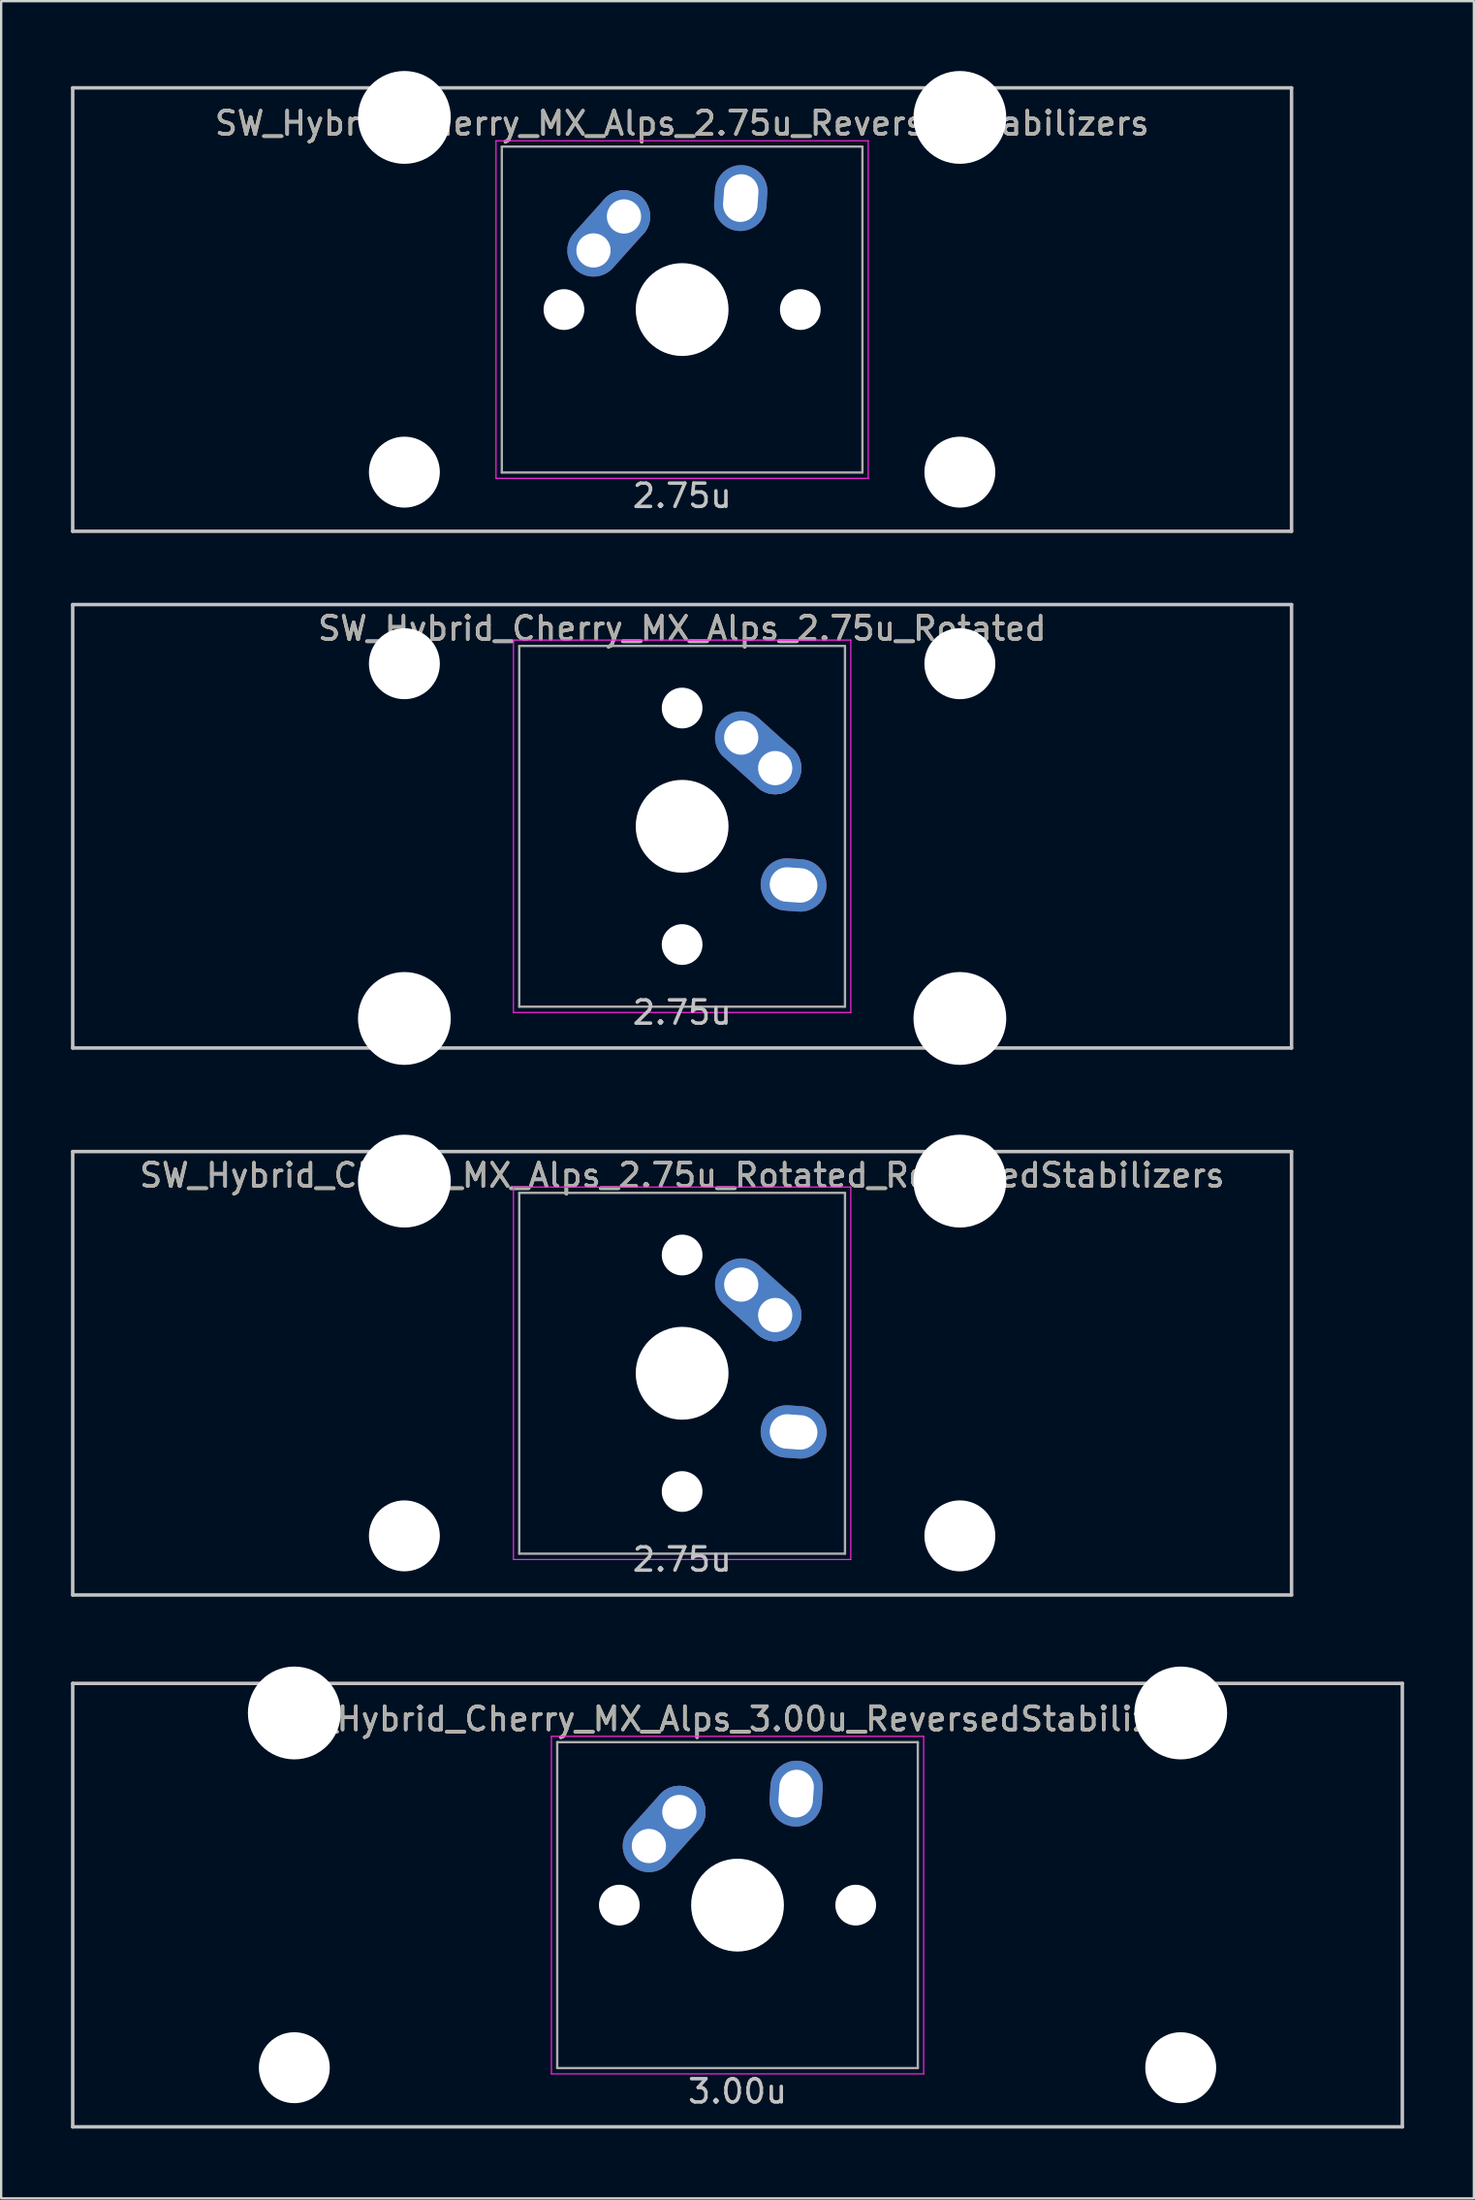
<source format=kicad_pcb>
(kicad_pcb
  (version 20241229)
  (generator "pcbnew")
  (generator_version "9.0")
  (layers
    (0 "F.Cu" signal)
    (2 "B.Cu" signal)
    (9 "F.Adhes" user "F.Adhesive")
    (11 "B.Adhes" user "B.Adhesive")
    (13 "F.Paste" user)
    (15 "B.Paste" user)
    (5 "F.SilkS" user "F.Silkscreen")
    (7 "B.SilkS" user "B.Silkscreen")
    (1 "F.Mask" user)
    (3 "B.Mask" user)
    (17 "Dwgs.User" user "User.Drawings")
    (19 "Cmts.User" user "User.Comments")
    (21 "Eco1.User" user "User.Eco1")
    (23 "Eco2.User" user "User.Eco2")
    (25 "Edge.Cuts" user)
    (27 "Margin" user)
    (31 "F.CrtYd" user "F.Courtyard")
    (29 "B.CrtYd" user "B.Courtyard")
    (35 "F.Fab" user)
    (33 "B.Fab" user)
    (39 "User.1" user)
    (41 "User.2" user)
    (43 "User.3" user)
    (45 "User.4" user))
  (footprint "SW_Hybrid_Cherry_MX_Alps_3.00u_ReversedStabilizers"
    (layer "F.Cu")
    (at 28.65 78.796)
    (property "Reference" "SW_Hybrid_Cherry_MX_Alps_3.00u_ReversedStabilizers" (at 0 -8 0) (layer "F.SilkS") (effects (font (size 1 1) (thickness 0.15))))
    (attr through_hole)
    (fp_line (start -28.575 -9.525) (end 28.575 -9.525) (stroke (width 0.15) (type solid)) (layer "Dwgs.User"))
    (fp_line (start -28.575 9.525) (end -28.575 -9.525) (stroke (width 0.15) (type solid)) (layer "Dwgs.User"))
    (fp_line (start -28.575 9.525) (end 28.575 9.525) (stroke (width 0.15) (type solid)) (layer "Dwgs.User"))
    (fp_line (start 28.575 -9.525) (end 28.575 9.525) (stroke (width 0.15) (type solid)) (layer "Dwgs.User"))
    (fp_line (start -8 -7.25) (end 8 -7.25) (stroke (width 0.05) (type solid)) (layer "F.CrtYd"))
    (fp_line (start -8 7.25) (end -8 -7.25) (stroke (width 0.05) (type solid)) (layer "F.CrtYd"))
    (fp_line (start 8 -7.25) (end 8 7.25) (stroke (width 0.05) (type solid)) (layer "F.CrtYd"))
    (fp_line (start 8 7.25) (end -8 7.25) (stroke (width 0.05) (type solid)) (layer "F.CrtYd"))
    (fp_line (start -7.75 -7) (end 7.75 -7) (stroke (width 0.1) (type solid)) (layer "F.Fab"))
    (fp_line (start -7.75 7) (end -7.75 -7) (stroke (width 0.1) (type solid)) (layer "F.Fab"))
    (fp_line (start 7.75 -7) (end 7.75 7) (stroke (width 0.1) (type solid)) (layer "F.Fab"))
    (fp_line (start 7.75 7) (end -7.75 7) (stroke (width 0.1) (type solid)) (layer "F.Fab"))
    (fp_text user "3.00u" (at 0 8 0) (layer "Dwgs.User") (effects (font (size 1 1) (thickness 0.15))))
    (fp_text user "${REFERENCE}" (at 0 -8 0) (layer "F.Fab") (effects (font (size 1 1) (thickness 0.15))))
    (pad "" np_thru_hole circle (at -19.05 -8.255) (size 3.988 3.988) (drill 3.988) (layers "*.Cu" "*.Mask"))
    (pad "" np_thru_hole circle (at -19.05 6.985) (size 3.048 3.048) (drill 3.048) (layers "*.Cu" "*.Mask"))
    (pad "" np_thru_hole circle (at -5.08 0 48.1) (size 1.75 1.75) (drill 1.75) (layers "*.Cu" "*.Mask"))
    (pad "" np_thru_hole circle (at 0 0) (size 3.988 3.988) (drill 3.988) (layers "*.Cu" "*.Mask"))
    (pad "" np_thru_hole circle (at 5.08 0 48.1) (size 1.75 1.75) (drill 1.75) (layers "*.Cu" "*.Mask"))
    (pad "" np_thru_hole circle (at 19.05 -8.255) (size 3.988 3.988) (drill 3.988) (layers "*.Cu" "*.Mask"))
    (pad "" np_thru_hole circle (at 19.05 6.985) (size 3.048 3.048) (drill 3.048) (layers "*.Cu" "*.Mask"))
    (pad "1" thru_hole oval (at -3.81 -2.54 48.1) (size 4.212 2.25) (drill 1.47 (offset 0.981 0)) (layers "*.Cu" "B.Mask"))
    (pad "1" thru_hole circle (at -2.5 -4) (size 2.25 2.25) (drill 1.47) (layers "*.Cu" "B.Mask"))
    (pad "2" thru_hole oval (at 2.52 -4.79 86) (size 2.831 2.25) (drill oval 2.051 1.48) (layers "*.Cu" "B.Mask")))
  (footprint "SW_Hybrid_Cherry_MX_Alps_2.75u_Rotated_ReversedStabilizers"
    (layer "F.Cu")
    (at 26.269 55.947)
    (property "Reference" "SW_Hybrid_Cherry_MX_Alps_2.75u_Rotated_ReversedStabilizers" (at 0 -8.5 0) (layer "F.SilkS") (effects (font (size 1 1) (thickness 0.15))))
    (attr through_hole)
    (fp_line (start -26.194 -9.525) (end 26.194 -9.525) (stroke (width 0.15) (type solid)) (layer "Dwgs.User"))
    (fp_line (start -26.194 9.525) (end -26.194 -9.525) (stroke (width 0.15) (type solid)) (layer "Dwgs.User"))
    (fp_line (start -26.194 9.525) (end 26.194 9.525) (stroke (width 0.15) (type solid)) (layer "Dwgs.User"))
    (fp_line (start 26.194 -9.525) (end 26.194 9.525) (stroke (width 0.15) (type solid)) (layer "Dwgs.User"))
    (fp_line (start -7.25 -8) (end 7.25 -8) (stroke (width 0.05) (type solid)) (layer "F.CrtYd"))
    (fp_line (start -7.25 8) (end -7.25 -8) (stroke (width 0.05) (type solid)) (layer "F.CrtYd"))
    (fp_line (start 7.25 -8) (end 7.25 8) (stroke (width 0.05) (type solid)) (layer "F.CrtYd"))
    (fp_line (start 7.25 8) (end -7.25 8) (stroke (width 0.05) (type solid)) (layer "F.CrtYd"))
    (fp_line (start -7 -7.75) (end 7 -7.75) (stroke (width 0.1) (type solid)) (layer "F.Fab"))
    (fp_line (start -7 7.75) (end -7 -7.75) (stroke (width 0.1) (type solid)) (layer "F.Fab"))
    (fp_line (start 7 -7.75) (end 7 7.75) (stroke (width 0.1) (type solid)) (layer "F.Fab"))
    (fp_line (start 7 7.75) (end -7 7.75) (stroke (width 0.1) (type solid)) (layer "F.Fab"))
    (fp_text user "2.75u" (at 0 8 0) (layer "Dwgs.User") (effects (font (size 1 1) (thickness 0.15))))
    (fp_text user "${REFERENCE}" (at 0 -8.5 0) (layer "F.Fab") (effects (font (size 1 1) (thickness 0.15))))
    (pad "" np_thru_hole circle (at -11.938 -8.255) (size 3.988 3.988) (drill 3.988) (layers "*.Cu" "*.Mask"))
    (pad "" np_thru_hole circle (at -11.938 6.985) (size 3.048 3.048) (drill 3.048) (layers "*.Cu" "*.Mask"))
    (pad "" np_thru_hole circle (at 0 -5.08 318.1) (size 1.75 1.75) (drill 1.75) (layers "*.Cu" "*.Mask"))
    (pad "" np_thru_hole circle (at 0 0 270) (size 3.988 3.988) (drill 3.988) (layers "*.Cu" "*.Mask"))
    (pad "" np_thru_hole circle (at 0 5.08 318.1) (size 1.75 1.75) (drill 1.75) (layers "*.Cu" "*.Mask"))
    (pad "" np_thru_hole circle (at 11.938 -8.255) (size 3.988 3.988) (drill 3.988) (layers "*.Cu" "*.Mask"))
    (pad "" np_thru_hole circle (at 11.938 6.985) (size 3.048 3.048) (drill 3.048) (layers "*.Cu" "*.Mask"))
    (pad "1" thru_hole oval (at 2.54 -3.81 318.1) (size 4.212 2.25) (drill 1.47 (offset 0.981 0)) (layers "*.Cu" "B.Mask"))
    (pad "1" thru_hole circle (at 4 -2.5 270) (size 2.25 2.25) (drill 1.47) (layers "*.Cu" "B.Mask"))
    (pad "2" thru_hole oval (at 4.79 2.52 356) (size 2.831 2.25) (drill oval 2.051 1.48) (layers "*.Cu" "B.Mask")))
  (footprint "SW_Hybrid_Cherry_MX_Alps_2.75u_ReversedStabilizers"
    (layer "F.Cu")
    (at 26.269 10.249)
    (property "Reference" "SW_Hybrid_Cherry_MX_Alps_2.75u_ReversedStabilizers" (at 0 -8 0) (layer "F.SilkS") (effects (font (size 1 1) (thickness 0.15))))
    (attr through_hole)
    (fp_line (start -26.194 -9.525) (end 26.194 -9.525) (stroke (width 0.15) (type solid)) (layer "Dwgs.User"))
    (fp_line (start -26.194 9.525) (end -26.194 -9.525) (stroke (width 0.15) (type solid)) (layer "Dwgs.User"))
    (fp_line (start -26.194 9.525) (end 26.194 9.525) (stroke (width 0.15) (type solid)) (layer "Dwgs.User"))
    (fp_line (start 26.194 -9.525) (end 26.194 9.525) (stroke (width 0.15) (type solid)) (layer "Dwgs.User"))
    (fp_line (start -8 -7.25) (end 8 -7.25) (stroke (width 0.05) (type solid)) (layer "F.CrtYd"))
    (fp_line (start -8 7.25) (end -8 -7.25) (stroke (width 0.05) (type solid)) (layer "F.CrtYd"))
    (fp_line (start 8 -7.25) (end 8 7.25) (stroke (width 0.05) (type solid)) (layer "F.CrtYd"))
    (fp_line (start 8 7.25) (end -8 7.25) (stroke (width 0.05) (type solid)) (layer "F.CrtYd"))
    (fp_line (start -7.75 -7) (end 7.75 -7) (stroke (width 0.1) (type solid)) (layer "F.Fab"))
    (fp_line (start -7.75 7) (end -7.75 -7) (stroke (width 0.1) (type solid)) (layer "F.Fab"))
    (fp_line (start 7.75 -7) (end 7.75 7) (stroke (width 0.1) (type solid)) (layer "F.Fab"))
    (fp_line (start 7.75 7) (end -7.75 7) (stroke (width 0.1) (type solid)) (layer "F.Fab"))
    (fp_text user "2.75u" (at 0 8 0) (layer "Dwgs.User") (effects (font (size 1 1) (thickness 0.15))))
    (fp_text user "${REFERENCE}" (at 0 -8 0) (layer "F.Fab") (effects (font (size 1 1) (thickness 0.15))))
    (pad "" np_thru_hole circle (at -11.938 -8.255) (size 3.988 3.988) (drill 3.988) (layers "*.Cu" "*.Mask"))
    (pad "" np_thru_hole circle (at -11.938 6.985) (size 3.048 3.048) (drill 3.048) (layers "*.Cu" "*.Mask"))
    (pad "" np_thru_hole circle (at -5.08 0 48.1) (size 1.75 1.75) (drill 1.75) (layers "*.Cu" "*.Mask"))
    (pad "" np_thru_hole circle (at 0 0) (size 3.988 3.988) (drill 3.988) (layers "*.Cu" "*.Mask"))
    (pad "" np_thru_hole circle (at 5.08 0 48.1) (size 1.75 1.75) (drill 1.75) (layers "*.Cu" "*.Mask"))
    (pad "" np_thru_hole circle (at 11.938 -8.255) (size 3.988 3.988) (drill 3.988) (layers "*.Cu" "*.Mask"))
    (pad "" np_thru_hole circle (at 11.938 6.985) (size 3.048 3.048) (drill 3.048) (layers "*.Cu" "*.Mask"))
    (pad "1" thru_hole oval (at -3.81 -2.54 48.1) (size 4.212 2.25) (drill 1.47 (offset 0.981 0)) (layers "*.Cu" "B.Mask"))
    (pad "1" thru_hole circle (at -2.5 -4) (size 2.25 2.25) (drill 1.47) (layers "*.Cu" "B.Mask"))
    (pad "2" thru_hole oval (at 2.52 -4.79 86) (size 2.831 2.25) (drill oval 2.051 1.48) (layers "*.Cu" "B.Mask")))
  (footprint "SW_Hybrid_Cherry_MX_Alps_2.75u_Rotated"
    (layer "F.Cu")
    (at 26.269 32.449)
    (property "Reference" "SW_Hybrid_Cherry_MX_Alps_2.75u_Rotated" (at 0 -8.5 0) (layer "F.SilkS") (effects (font (size 1 1) (thickness 0.15))))
    (attr through_hole)
    (fp_line (start -26.194 -9.525) (end 26.194 -9.525) (stroke (width 0.15) (type solid)) (layer "Dwgs.User"))
    (fp_line (start -26.194 9.525) (end -26.194 -9.525) (stroke (width 0.15) (type solid)) (layer "Dwgs.User"))
    (fp_line (start -26.194 9.525) (end 26.194 9.525) (stroke (width 0.15) (type solid)) (layer "Dwgs.User"))
    (fp_line (start 26.194 -9.525) (end 26.194 9.525) (stroke (width 0.15) (type solid)) (layer "Dwgs.User"))
    (fp_line (start -7.25 -8) (end 7.25 -8) (stroke (width 0.05) (type solid)) (layer "F.CrtYd"))
    (fp_line (start -7.25 8) (end -7.25 -8) (stroke (width 0.05) (type solid)) (layer "F.CrtYd"))
    (fp_line (start 7.25 -8) (end 7.25 8) (stroke (width 0.05) (type solid)) (layer "F.CrtYd"))
    (fp_line (start 7.25 8) (end -7.25 8) (stroke (width 0.05) (type solid)) (layer "F.CrtYd"))
    (fp_line (start -7 -7.75) (end 7 -7.75) (stroke (width 0.1) (type solid)) (layer "F.Fab"))
    (fp_line (start -7 7.75) (end -7 -7.75) (stroke (width 0.1) (type solid)) (layer "F.Fab"))
    (fp_line (start 7 -7.75) (end 7 7.75) (stroke (width 0.1) (type solid)) (layer "F.Fab"))
    (fp_line (start 7 7.75) (end -7 7.75) (stroke (width 0.1) (type solid)) (layer "F.Fab"))
    (fp_text user "2.75u" (at 0 8 0) (layer "Dwgs.User") (effects (font (size 1 1) (thickness 0.15))))
    (fp_text user "${REFERENCE}" (at 0 -8.5 0) (layer "F.Fab") (effects (font (size 1 1) (thickness 0.15))))
    (pad "" np_thru_hole circle (at -11.938 -6.985) (size 3.048 3.048) (drill 3.048) (layers "*.Cu" "*.Mask"))
    (pad "" np_thru_hole circle (at -11.938 8.255) (size 3.988 3.988) (drill 3.988) (layers "*.Cu" "*.Mask"))
    (pad "" np_thru_hole circle (at 0 -5.08 318.1) (size 1.75 1.75) (drill 1.75) (layers "*.Cu" "*.Mask"))
    (pad "" np_thru_hole circle (at 0 0 270) (size 3.988 3.988) (drill 3.988) (layers "*.Cu" "*.Mask"))
    (pad "" np_thru_hole circle (at 0 5.08 318.1) (size 1.75 1.75) (drill 1.75) (layers "*.Cu" "*.Mask"))
    (pad "" np_thru_hole circle (at 11.938 -6.985) (size 3.048 3.048) (drill 3.048) (layers "*.Cu" "*.Mask"))
    (pad "" np_thru_hole circle (at 11.938 8.255) (size 3.988 3.988) (drill 3.988) (layers "*.Cu" "*.Mask"))
    (pad "1" thru_hole oval (at 2.54 -3.81 318.1) (size 4.212 2.25) (drill 1.47 (offset 0.981 0)) (layers "*.Cu" "B.Mask"))
    (pad "1" thru_hole circle (at 4 -2.5 270) (size 2.25 2.25) (drill 1.47) (layers "*.Cu" "B.Mask"))
    (pad "2" thru_hole oval (at 4.79 2.52 356) (size 2.831 2.25) (drill oval 2.051 1.48) (layers "*.Cu" "B.Mask")))
  (gr_rect
    (start -3 -3)
    (end 60.3 91.396)
    (stroke (width 0.1) (type default))
    (fill no)
    (layer "Edge.Cuts")))
</source>
